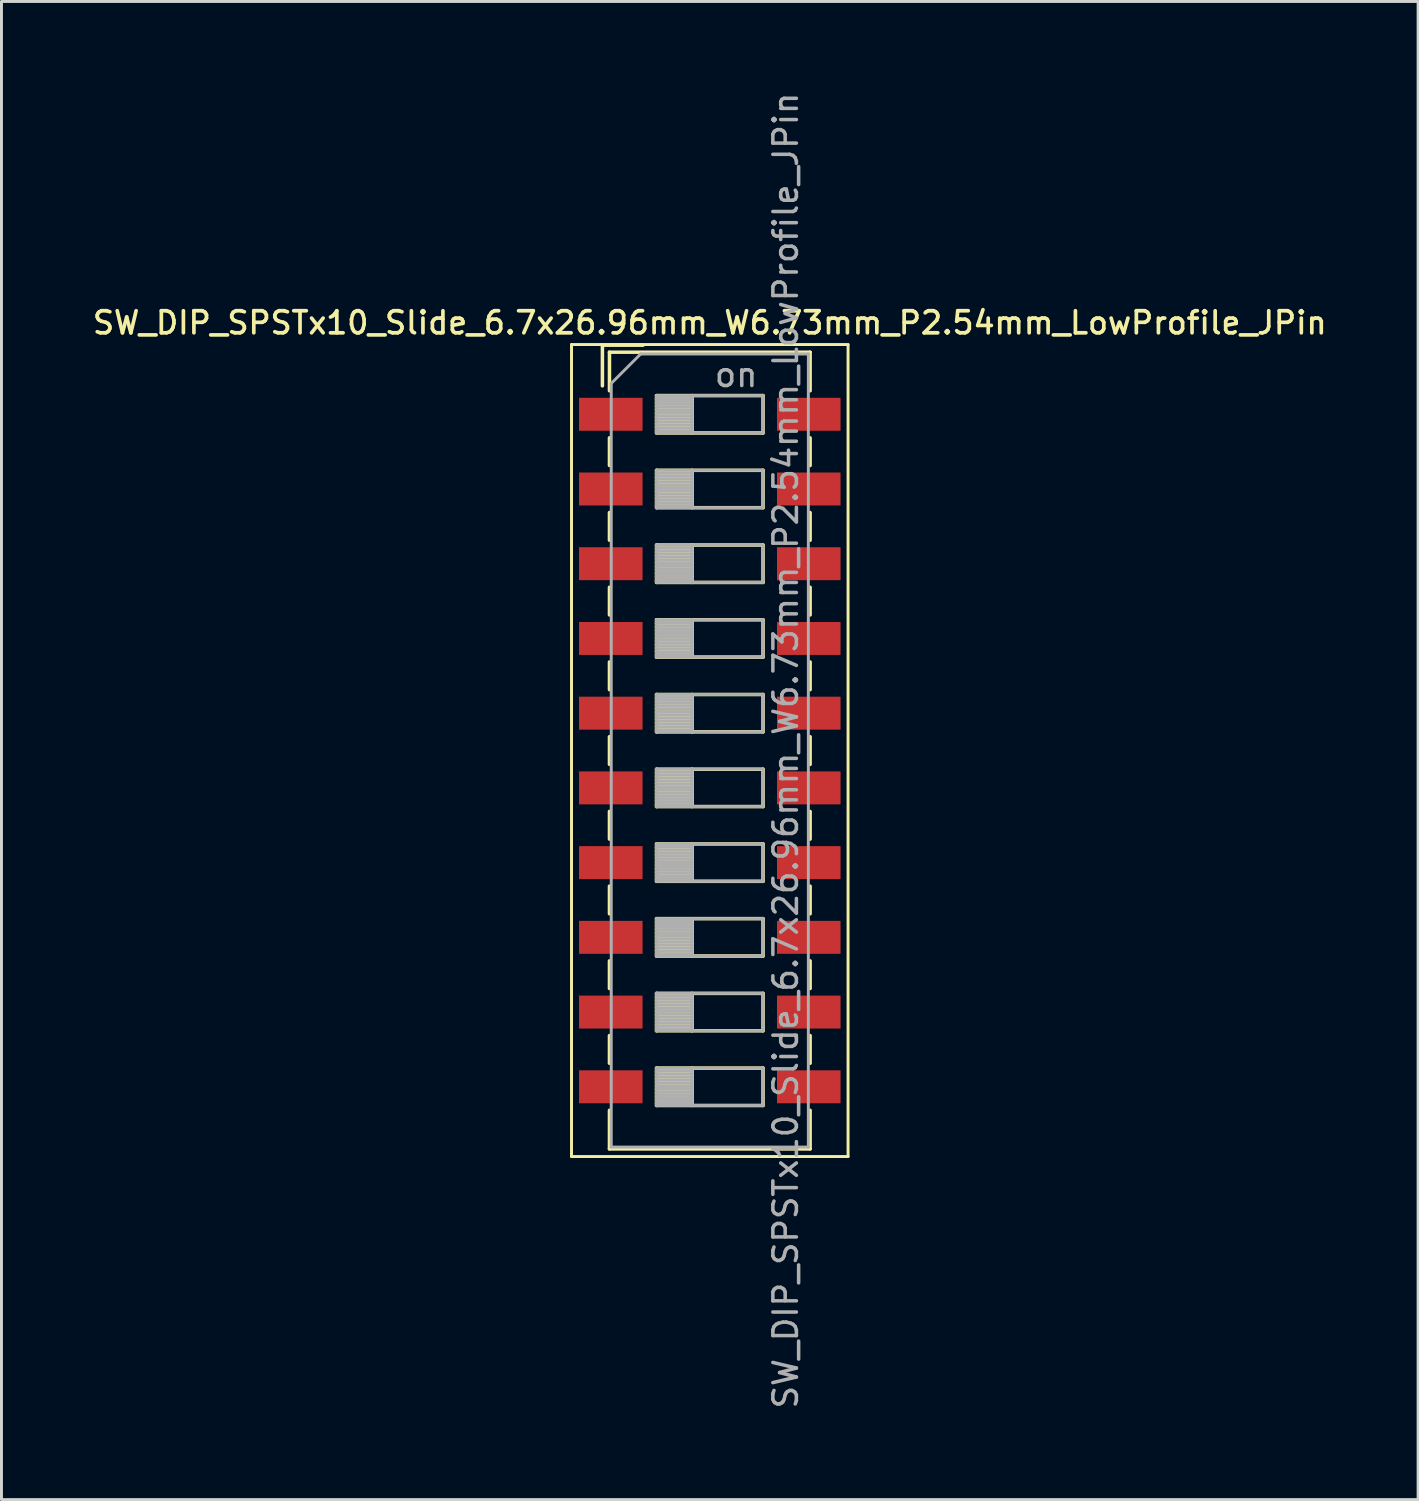
<source format=kicad_pcb>
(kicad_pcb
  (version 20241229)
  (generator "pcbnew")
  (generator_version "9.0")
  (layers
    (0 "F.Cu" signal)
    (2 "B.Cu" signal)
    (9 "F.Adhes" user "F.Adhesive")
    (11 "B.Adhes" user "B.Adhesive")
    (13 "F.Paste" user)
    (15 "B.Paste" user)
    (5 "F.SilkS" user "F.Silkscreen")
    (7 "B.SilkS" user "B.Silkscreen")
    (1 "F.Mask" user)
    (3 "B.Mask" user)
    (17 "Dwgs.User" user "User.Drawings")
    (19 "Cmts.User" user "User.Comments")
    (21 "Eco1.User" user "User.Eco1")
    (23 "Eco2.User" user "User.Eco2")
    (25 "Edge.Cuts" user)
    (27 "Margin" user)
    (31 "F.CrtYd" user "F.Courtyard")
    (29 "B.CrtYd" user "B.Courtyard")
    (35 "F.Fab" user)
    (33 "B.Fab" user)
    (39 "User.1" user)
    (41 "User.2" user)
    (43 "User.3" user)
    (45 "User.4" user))
  (footprint "SW_DIP_SPSTx10_Slide_6.7x26.96mm_W6.73mm_P2.54mm_LowProfile_JPin"
    (layer "F.Cu")
    (at 21.077 22.462)
    (property "Reference" "SW_DIP_SPSTx10_Slide_6.7x26.96mm_W6.73mm_P2.54mm_LowProfile_JPin" (at 0 -14.54 0) (layer "F.SilkS") (effects (font (size 0.75 0.75) (thickness 0.125))))
    (attr smd)
    (fp_line (start -4.7 -13.8) (end -4.7 13.8) (stroke (width 0.1) (type solid)) (layer "F.SilkS"))
    (fp_line (start -4.7 13.8) (end 4.7 13.8) (stroke (width 0.1) (type solid)) (layer "F.SilkS"))
    (fp_line (start -3.65 -13.78) (end -3.65 -12.397) (stroke (width 0.12) (type solid)) (layer "F.SilkS"))
    (fp_line (start -3.65 -13.78) (end -2.267 -13.78) (stroke (width 0.12) (type solid)) (layer "F.SilkS"))
    (fp_line (start -3.41 -13.54) (end -3.41 -12.23) (stroke (width 0.12) (type solid)) (layer "F.SilkS"))
    (fp_line (start -3.41 -13.54) (end 3.41 -13.54) (stroke (width 0.12) (type solid)) (layer "F.SilkS"))
    (fp_line (start -3.41 -10.63) (end -3.41 -9.69) (stroke (width 0.12) (type solid)) (layer "F.SilkS"))
    (fp_line (start -3.41 -8.09) (end -3.41 -7.15) (stroke (width 0.12) (type solid)) (layer "F.SilkS"))
    (fp_line (start -3.41 -5.55) (end -3.41 -4.61) (stroke (width 0.12) (type solid)) (layer "F.SilkS"))
    (fp_line (start -3.41 -3.01) (end -3.41 -2.07) (stroke (width 0.12) (type solid)) (layer "F.SilkS"))
    (fp_line (start -3.41 -0.47) (end -3.41 0.47) (stroke (width 0.12) (type solid)) (layer "F.SilkS"))
    (fp_line (start -3.41 2.07) (end -3.41 3.01) (stroke (width 0.12) (type solid)) (layer "F.SilkS"))
    (fp_line (start -3.41 4.61) (end -3.41 5.55) (stroke (width 0.12) (type solid)) (layer "F.SilkS"))
    (fp_line (start -3.41 7.15) (end -3.41 8.09) (stroke (width 0.12) (type solid)) (layer "F.SilkS"))
    (fp_line (start -3.41 9.69) (end -3.41 10.63) (stroke (width 0.12) (type solid)) (layer "F.SilkS"))
    (fp_line (start -3.41 12.23) (end -3.41 13.541) (stroke (width 0.12) (type solid)) (layer "F.SilkS"))
    (fp_line (start -3.41 13.541) (end 3.41 13.541) (stroke (width 0.12) (type solid)) (layer "F.SilkS"))
    (fp_line (start -1.81 -12.065) (end -1.81 -10.795) (stroke (width 0.12) (type solid)) (layer "F.SilkS"))
    (fp_line (start -1.81 -11.945) (end -0.603 -11.945) (stroke (width 0.12) (type solid)) (layer "F.SilkS"))
    (fp_line (start -1.81 -11.825) (end -0.603 -11.825) (stroke (width 0.12) (type solid)) (layer "F.SilkS"))
    (fp_line (start -1.81 -11.705) (end -0.603 -11.705) (stroke (width 0.12) (type solid)) (layer "F.SilkS"))
    (fp_line (start -1.81 -11.585) (end -0.603 -11.585) (stroke (width 0.12) (type solid)) (layer "F.SilkS"))
    (fp_line (start -1.81 -11.465) (end -0.603 -11.465) (stroke (width 0.12) (type solid)) (layer "F.SilkS"))
    (fp_line (start -1.81 -11.345) (end -0.603 -11.345) (stroke (width 0.12) (type solid)) (layer "F.SilkS"))
    (fp_line (start -1.81 -11.225) (end -0.603 -11.225) (stroke (width 0.12) (type solid)) (layer "F.SilkS"))
    (fp_line (start -1.81 -11.105) (end -0.603 -11.105) (stroke (width 0.12) (type solid)) (layer "F.SilkS"))
    (fp_line (start -1.81 -10.985) (end -0.603 -10.985) (stroke (width 0.12) (type solid)) (layer "F.SilkS"))
    (fp_line (start -1.81 -10.865) (end -0.603 -10.865) (stroke (width 0.12) (type solid)) (layer "F.SilkS"))
    (fp_line (start -1.81 -10.795) (end 1.81 -10.795) (stroke (width 0.12) (type solid)) (layer "F.SilkS"))
    (fp_line (start -1.81 -9.525) (end -1.81 -8.255) (stroke (width 0.12) (type solid)) (layer "F.SilkS"))
    (fp_line (start -1.81 -9.405) (end -0.603 -9.405) (stroke (width 0.12) (type solid)) (layer "F.SilkS"))
    (fp_line (start -1.81 -9.285) (end -0.603 -9.285) (stroke (width 0.12) (type solid)) (layer "F.SilkS"))
    (fp_line (start -1.81 -9.165) (end -0.603 -9.165) (stroke (width 0.12) (type solid)) (layer "F.SilkS"))
    (fp_line (start -1.81 -9.045) (end -0.603 -9.045) (stroke (width 0.12) (type solid)) (layer "F.SilkS"))
    (fp_line (start -1.81 -8.925) (end -0.603 -8.925) (stroke (width 0.12) (type solid)) (layer "F.SilkS"))
    (fp_line (start -1.81 -8.805) (end -0.603 -8.805) (stroke (width 0.12) (type solid)) (layer "F.SilkS"))
    (fp_line (start -1.81 -8.685) (end -0.603 -8.685) (stroke (width 0.12) (type solid)) (layer "F.SilkS"))
    (fp_line (start -1.81 -8.565) (end -0.603 -8.565) (stroke (width 0.12) (type solid)) (layer "F.SilkS"))
    (fp_line (start -1.81 -8.445) (end -0.603 -8.445) (stroke (width 0.12) (type solid)) (layer "F.SilkS"))
    (fp_line (start -1.81 -8.325) (end -0.603 -8.325) (stroke (width 0.12) (type solid)) (layer "F.SilkS"))
    (fp_line (start -1.81 -8.255) (end 1.81 -8.255) (stroke (width 0.12) (type solid)) (layer "F.SilkS"))
    (fp_line (start -1.81 -6.985) (end -1.81 -5.715) (stroke (width 0.12) (type solid)) (layer "F.SilkS"))
    (fp_line (start -1.81 -6.865) (end -0.603 -6.865) (stroke (width 0.12) (type solid)) (layer "F.SilkS"))
    (fp_line (start -1.81 -6.745) (end -0.603 -6.745) (stroke (width 0.12) (type solid)) (layer "F.SilkS"))
    (fp_line (start -1.81 -6.625) (end -0.603 -6.625) (stroke (width 0.12) (type solid)) (layer "F.SilkS"))
    (fp_line (start -1.81 -6.505) (end -0.603 -6.505) (stroke (width 0.12) (type solid)) (layer "F.SilkS"))
    (fp_line (start -1.81 -6.385) (end -0.603 -6.385) (stroke (width 0.12) (type solid)) (layer "F.SilkS"))
    (fp_line (start -1.81 -6.265) (end -0.603 -6.265) (stroke (width 0.12) (type solid)) (layer "F.SilkS"))
    (fp_line (start -1.81 -6.145) (end -0.603 -6.145) (stroke (width 0.12) (type solid)) (layer "F.SilkS"))
    (fp_line (start -1.81 -6.025) (end -0.603 -6.025) (stroke (width 0.12) (type solid)) (layer "F.SilkS"))
    (fp_line (start -1.81 -5.905) (end -0.603 -5.905) (stroke (width 0.12) (type solid)) (layer "F.SilkS"))
    (fp_line (start -1.81 -5.785) (end -0.603 -5.785) (stroke (width 0.12) (type solid)) (layer "F.SilkS"))
    (fp_line (start -1.81 -5.715) (end 1.81 -5.715) (stroke (width 0.12) (type solid)) (layer "F.SilkS"))
    (fp_line (start -1.81 -4.445) (end -1.81 -3.175) (stroke (width 0.12) (type solid)) (layer "F.SilkS"))
    (fp_line (start -1.81 -4.325) (end -0.603 -4.325) (stroke (width 0.12) (type solid)) (layer "F.SilkS"))
    (fp_line (start -1.81 -4.205) (end -0.603 -4.205) (stroke (width 0.12) (type solid)) (layer "F.SilkS"))
    (fp_line (start -1.81 -4.085) (end -0.603 -4.085) (stroke (width 0.12) (type solid)) (layer "F.SilkS"))
    (fp_line (start -1.81 -3.965) (end -0.603 -3.965) (stroke (width 0.12) (type solid)) (layer "F.SilkS"))
    (fp_line (start -1.81 -3.845) (end -0.603 -3.845) (stroke (width 0.12) (type solid)) (layer "F.SilkS"))
    (fp_line (start -1.81 -3.725) (end -0.603 -3.725) (stroke (width 0.12) (type solid)) (layer "F.SilkS"))
    (fp_line (start -1.81 -3.605) (end -0.603 -3.605) (stroke (width 0.12) (type solid)) (layer "F.SilkS"))
    (fp_line (start -1.81 -3.485) (end -0.603 -3.485) (stroke (width 0.12) (type solid)) (layer "F.SilkS"))
    (fp_line (start -1.81 -3.365) (end -0.603 -3.365) (stroke (width 0.12) (type solid)) (layer "F.SilkS"))
    (fp_line (start -1.81 -3.245) (end -0.603 -3.245) (stroke (width 0.12) (type solid)) (layer "F.SilkS"))
    (fp_line (start -1.81 -3.175) (end 1.81 -3.175) (stroke (width 0.12) (type solid)) (layer "F.SilkS"))
    (fp_line (start -1.81 -1.905) (end -1.81 -0.635) (stroke (width 0.12) (type solid)) (layer "F.SilkS"))
    (fp_line (start -1.81 -1.785) (end -0.603 -1.785) (stroke (width 0.12) (type solid)) (layer "F.SilkS"))
    (fp_line (start -1.81 -1.665) (end -0.603 -1.665) (stroke (width 0.12) (type solid)) (layer "F.SilkS"))
    (fp_line (start -1.81 -1.545) (end -0.603 -1.545) (stroke (width 0.12) (type solid)) (layer "F.SilkS"))
    (fp_line (start -1.81 -1.425) (end -0.603 -1.425) (stroke (width 0.12) (type solid)) (layer "F.SilkS"))
    (fp_line (start -1.81 -1.305) (end -0.603 -1.305) (stroke (width 0.12) (type solid)) (layer "F.SilkS"))
    (fp_line (start -1.81 -1.185) (end -0.603 -1.185) (stroke (width 0.12) (type solid)) (layer "F.SilkS"))
    (fp_line (start -1.81 -1.065) (end -0.603 -1.065) (stroke (width 0.12) (type solid)) (layer "F.SilkS"))
    (fp_line (start -1.81 -0.945) (end -0.603 -0.945) (stroke (width 0.12) (type solid)) (layer "F.SilkS"))
    (fp_line (start -1.81 -0.825) (end -0.603 -0.825) (stroke (width 0.12) (type solid)) (layer "F.SilkS"))
    (fp_line (start -1.81 -0.705) (end -0.603 -0.705) (stroke (width 0.12) (type solid)) (layer "F.SilkS"))
    (fp_line (start -1.81 -0.635) (end 1.81 -0.635) (stroke (width 0.12) (type solid)) (layer "F.SilkS"))
    (fp_line (start -1.81 0.635) (end -1.81 1.905) (stroke (width 0.12) (type solid)) (layer "F.SilkS"))
    (fp_line (start -1.81 0.755) (end -0.603 0.755) (stroke (width 0.12) (type solid)) (layer "F.SilkS"))
    (fp_line (start -1.81 0.875) (end -0.603 0.875) (stroke (width 0.12) (type solid)) (layer "F.SilkS"))
    (fp_line (start -1.81 0.995) (end -0.603 0.995) (stroke (width 0.12) (type solid)) (layer "F.SilkS"))
    (fp_line (start -1.81 1.115) (end -0.603 1.115) (stroke (width 0.12) (type solid)) (layer "F.SilkS"))
    (fp_line (start -1.81 1.235) (end -0.603 1.235) (stroke (width 0.12) (type solid)) (layer "F.SilkS"))
    (fp_line (start -1.81 1.355) (end -0.603 1.355) (stroke (width 0.12) (type solid)) (layer "F.SilkS"))
    (fp_line (start -1.81 1.475) (end -0.603 1.475) (stroke (width 0.12) (type solid)) (layer "F.SilkS"))
    (fp_line (start -1.81 1.595) (end -0.603 1.595) (stroke (width 0.12) (type solid)) (layer "F.SilkS"))
    (fp_line (start -1.81 1.715) (end -0.603 1.715) (stroke (width 0.12) (type solid)) (layer "F.SilkS"))
    (fp_line (start -1.81 1.835) (end -0.603 1.835) (stroke (width 0.12) (type solid)) (layer "F.SilkS"))
    (fp_line (start -1.81 1.905) (end 1.81 1.905) (stroke (width 0.12) (type solid)) (layer "F.SilkS"))
    (fp_line (start -1.81 3.175) (end -1.81 4.445) (stroke (width 0.12) (type solid)) (layer "F.SilkS"))
    (fp_line (start -1.81 3.295) (end -0.603 3.295) (stroke (width 0.12) (type solid)) (layer "F.SilkS"))
    (fp_line (start -1.81 3.415) (end -0.603 3.415) (stroke (width 0.12) (type solid)) (layer "F.SilkS"))
    (fp_line (start -1.81 3.535) (end -0.603 3.535) (stroke (width 0.12) (type solid)) (layer "F.SilkS"))
    (fp_line (start -1.81 3.655) (end -0.603 3.655) (stroke (width 0.12) (type solid)) (layer "F.SilkS"))
    (fp_line (start -1.81 3.775) (end -0.603 3.775) (stroke (width 0.12) (type solid)) (layer "F.SilkS"))
    (fp_line (start -1.81 3.895) (end -0.603 3.895) (stroke (width 0.12) (type solid)) (layer "F.SilkS"))
    (fp_line (start -1.81 4.015) (end -0.603 4.015) (stroke (width 0.12) (type solid)) (layer "F.SilkS"))
    (fp_line (start -1.81 4.135) (end -0.603 4.135) (stroke (width 0.12) (type solid)) (layer "F.SilkS"))
    (fp_line (start -1.81 4.255) (end -0.603 4.255) (stroke (width 0.12) (type solid)) (layer "F.SilkS"))
    (fp_line (start -1.81 4.375) (end -0.603 4.375) (stroke (width 0.12) (type solid)) (layer "F.SilkS"))
    (fp_line (start -1.81 4.445) (end 1.81 4.445) (stroke (width 0.12) (type solid)) (layer "F.SilkS"))
    (fp_line (start -1.81 5.715) (end -1.81 6.985) (stroke (width 0.12) (type solid)) (layer "F.SilkS"))
    (fp_line (start -1.81 5.835) (end -0.603 5.835) (stroke (width 0.12) (type solid)) (layer "F.SilkS"))
    (fp_line (start -1.81 5.955) (end -0.603 5.955) (stroke (width 0.12) (type solid)) (layer "F.SilkS"))
    (fp_line (start -1.81 6.075) (end -0.603 6.075) (stroke (width 0.12) (type solid)) (layer "F.SilkS"))
    (fp_line (start -1.81 6.195) (end -0.603 6.195) (stroke (width 0.12) (type solid)) (layer "F.SilkS"))
    (fp_line (start -1.81 6.315) (end -0.603 6.315) (stroke (width 0.12) (type solid)) (layer "F.SilkS"))
    (fp_line (start -1.81 6.435) (end -0.603 6.435) (stroke (width 0.12) (type solid)) (layer "F.SilkS"))
    (fp_line (start -1.81 6.555) (end -0.603 6.555) (stroke (width 0.12) (type solid)) (layer "F.SilkS"))
    (fp_line (start -1.81 6.675) (end -0.603 6.675) (stroke (width 0.12) (type solid)) (layer "F.SilkS"))
    (fp_line (start -1.81 6.795) (end -0.603 6.795) (stroke (width 0.12) (type solid)) (layer "F.SilkS"))
    (fp_line (start -1.81 6.915) (end -0.603 6.915) (stroke (width 0.12) (type solid)) (layer "F.SilkS"))
    (fp_line (start -1.81 6.985) (end 1.81 6.985) (stroke (width 0.12) (type solid)) (layer "F.SilkS"))
    (fp_line (start -1.81 8.255) (end -1.81 9.525) (stroke (width 0.12) (type solid)) (layer "F.SilkS"))
    (fp_line (start -1.81 8.375) (end -0.603 8.375) (stroke (width 0.12) (type solid)) (layer "F.SilkS"))
    (fp_line (start -1.81 8.495) (end -0.603 8.495) (stroke (width 0.12) (type solid)) (layer "F.SilkS"))
    (fp_line (start -1.81 8.615) (end -0.603 8.615) (stroke (width 0.12) (type solid)) (layer "F.SilkS"))
    (fp_line (start -1.81 8.735) (end -0.603 8.735) (stroke (width 0.12) (type solid)) (layer "F.SilkS"))
    (fp_line (start -1.81 8.855) (end -0.603 8.855) (stroke (width 0.12) (type solid)) (layer "F.SilkS"))
    (fp_line (start -1.81 8.975) (end -0.603 8.975) (stroke (width 0.12) (type solid)) (layer "F.SilkS"))
    (fp_line (start -1.81 9.095) (end -0.603 9.095) (stroke (width 0.12) (type solid)) (layer "F.SilkS"))
    (fp_line (start -1.81 9.215) (end -0.603 9.215) (stroke (width 0.12) (type solid)) (layer "F.SilkS"))
    (fp_line (start -1.81 9.335) (end -0.603 9.335) (stroke (width 0.12) (type solid)) (layer "F.SilkS"))
    (fp_line (start -1.81 9.455) (end -0.603 9.455) (stroke (width 0.12) (type solid)) (layer "F.SilkS"))
    (fp_line (start -1.81 9.525) (end 1.81 9.525) (stroke (width 0.12) (type solid)) (layer "F.SilkS"))
    (fp_line (start -1.81 10.795) (end -1.81 12.065) (stroke (width 0.12) (type solid)) (layer "F.SilkS"))
    (fp_line (start -1.81 10.915) (end -0.603 10.915) (stroke (width 0.12) (type solid)) (layer "F.SilkS"))
    (fp_line (start -1.81 11.035) (end -0.603 11.035) (stroke (width 0.12) (type solid)) (layer "F.SilkS"))
    (fp_line (start -1.81 11.155) (end -0.603 11.155) (stroke (width 0.12) (type solid)) (layer "F.SilkS"))
    (fp_line (start -1.81 11.275) (end -0.603 11.275) (stroke (width 0.12) (type solid)) (layer "F.SilkS"))
    (fp_line (start -1.81 11.395) (end -0.603 11.395) (stroke (width 0.12) (type solid)) (layer "F.SilkS"))
    (fp_line (start -1.81 11.515) (end -0.603 11.515) (stroke (width 0.12) (type solid)) (layer "F.SilkS"))
    (fp_line (start -1.81 11.635) (end -0.603 11.635) (stroke (width 0.12) (type solid)) (layer "F.SilkS"))
    (fp_line (start -1.81 11.755) (end -0.603 11.755) (stroke (width 0.12) (type solid)) (layer "F.SilkS"))
    (fp_line (start -1.81 11.875) (end -0.603 11.875) (stroke (width 0.12) (type solid)) (layer "F.SilkS"))
    (fp_line (start -1.81 11.995) (end -0.603 11.995) (stroke (width 0.12) (type solid)) (layer "F.SilkS"))
    (fp_line (start -1.81 12.065) (end 1.81 12.065) (stroke (width 0.12) (type solid)) (layer "F.SilkS"))
    (fp_line (start -0.603 -12.065) (end -0.603 -10.795) (stroke (width 0.12) (type solid)) (layer "F.SilkS"))
    (fp_line (start -0.603 -9.525) (end -0.603 -8.255) (stroke (width 0.12) (type solid)) (layer "F.SilkS"))
    (fp_line (start -0.603 -6.985) (end -0.603 -5.715) (stroke (width 0.12) (type solid)) (layer "F.SilkS"))
    (fp_line (start -0.603 -4.445) (end -0.603 -3.175) (stroke (width 0.12) (type solid)) (layer "F.SilkS"))
    (fp_line (start -0.603 -1.905) (end -0.603 -0.635) (stroke (width 0.12) (type solid)) (layer "F.SilkS"))
    (fp_line (start -0.603 0.635) (end -0.603 1.905) (stroke (width 0.12) (type solid)) (layer "F.SilkS"))
    (fp_line (start -0.603 3.175) (end -0.603 4.445) (stroke (width 0.12) (type solid)) (layer "F.SilkS"))
    (fp_line (start -0.603 5.715) (end -0.603 6.985) (stroke (width 0.12) (type solid)) (layer "F.SilkS"))
    (fp_line (start -0.603 8.255) (end -0.603 9.525) (stroke (width 0.12) (type solid)) (layer "F.SilkS"))
    (fp_line (start -0.603 10.795) (end -0.603 12.065) (stroke (width 0.12) (type solid)) (layer "F.SilkS"))
    (fp_line (start 1.81 -12.065) (end -1.81 -12.065) (stroke (width 0.12) (type solid)) (layer "F.SilkS"))
    (fp_line (start 1.81 -10.795) (end 1.81 -12.065) (stroke (width 0.12) (type solid)) (layer "F.SilkS"))
    (fp_line (start 1.81 -9.525) (end -1.81 -9.525) (stroke (width 0.12) (type solid)) (layer "F.SilkS"))
    (fp_line (start 1.81 -8.255) (end 1.81 -9.525) (stroke (width 0.12) (type solid)) (layer "F.SilkS"))
    (fp_line (start 1.81 -6.985) (end -1.81 -6.985) (stroke (width 0.12) (type solid)) (layer "F.SilkS"))
    (fp_line (start 1.81 -5.715) (end 1.81 -6.985) (stroke (width 0.12) (type solid)) (layer "F.SilkS"))
    (fp_line (start 1.81 -4.445) (end -1.81 -4.445) (stroke (width 0.12) (type solid)) (layer "F.SilkS"))
    (fp_line (start 1.81 -3.175) (end 1.81 -4.445) (stroke (width 0.12) (type solid)) (layer "F.SilkS"))
    (fp_line (start 1.81 -1.905) (end -1.81 -1.905) (stroke (width 0.12) (type solid)) (layer "F.SilkS"))
    (fp_line (start 1.81 -0.635) (end 1.81 -1.905) (stroke (width 0.12) (type solid)) (layer "F.SilkS"))
    (fp_line (start 1.81 0.635) (end -1.81 0.635) (stroke (width 0.12) (type solid)) (layer "F.SilkS"))
    (fp_line (start 1.81 1.905) (end 1.81 0.635) (stroke (width 0.12) (type solid)) (layer "F.SilkS"))
    (fp_line (start 1.81 3.175) (end -1.81 3.175) (stroke (width 0.12) (type solid)) (layer "F.SilkS"))
    (fp_line (start 1.81 4.445) (end 1.81 3.175) (stroke (width 0.12) (type solid)) (layer "F.SilkS"))
    (fp_line (start 1.81 5.715) (end -1.81 5.715) (stroke (width 0.12) (type solid)) (layer "F.SilkS"))
    (fp_line (start 1.81 6.985) (end 1.81 5.715) (stroke (width 0.12) (type solid)) (layer "F.SilkS"))
    (fp_line (start 1.81 8.255) (end -1.81 8.255) (stroke (width 0.12) (type solid)) (layer "F.SilkS"))
    (fp_line (start 1.81 9.525) (end 1.81 8.255) (stroke (width 0.12) (type solid)) (layer "F.SilkS"))
    (fp_line (start 1.81 10.795) (end -1.81 10.795) (stroke (width 0.12) (type solid)) (layer "F.SilkS"))
    (fp_line (start 1.81 12.065) (end 1.81 10.795) (stroke (width 0.12) (type solid)) (layer "F.SilkS"))
    (fp_line (start 3.41 -13.54) (end 3.41 -12.23) (stroke (width 0.12) (type solid)) (layer "F.SilkS"))
    (fp_line (start 3.41 -10.629) (end 3.41 -9.689) (stroke (width 0.12) (type solid)) (layer "F.SilkS"))
    (fp_line (start 3.41 -8.089) (end 3.41 -7.149) (stroke (width 0.12) (type solid)) (layer "F.SilkS"))
    (fp_line (start 3.41 -5.549) (end 3.41 -4.609) (stroke (width 0.12) (type solid)) (layer "F.SilkS"))
    (fp_line (start 3.41 -3.009) (end 3.41 -2.069) (stroke (width 0.12) (type solid)) (layer "F.SilkS"))
    (fp_line (start 3.41 -0.469) (end 3.41 0.471) (stroke (width 0.12) (type solid)) (layer "F.SilkS"))
    (fp_line (start 3.41 2.071) (end 3.41 3.011) (stroke (width 0.12) (type solid)) (layer "F.SilkS"))
    (fp_line (start 3.41 4.611) (end 3.41 5.55) (stroke (width 0.12) (type solid)) (layer "F.SilkS"))
    (fp_line (start 3.41 7.15) (end 3.41 8.09) (stroke (width 0.12) (type solid)) (layer "F.SilkS"))
    (fp_line (start 3.41 9.69) (end 3.41 10.63) (stroke (width 0.12) (type solid)) (layer "F.SilkS"))
    (fp_line (start 3.41 12.23) (end 3.41 13.541) (stroke (width 0.12) (type solid)) (layer "F.SilkS"))
    (fp_line (start 4.7 -13.8) (end -4.7 -13.8) (stroke (width 0.1) (type solid)) (layer "F.SilkS"))
    (fp_line (start 4.7 13.8) (end 4.7 -13.8) (stroke (width 0.1) (type solid)) (layer "F.SilkS"))
    (fp_line (start -3.35 -12.48) (end -2.35 -13.48) (stroke (width 0.1) (type solid)) (layer "F.Fab"))
    (fp_line (start -3.35 13.48) (end -3.35 -12.48) (stroke (width 0.1) (type solid)) (layer "F.Fab"))
    (fp_line (start -2.35 -13.48) (end 3.35 -13.48) (stroke (width 0.1) (type solid)) (layer "F.Fab"))
    (fp_line (start -1.81 -12.065) (end -1.81 -10.795) (stroke (width 0.1) (type solid)) (layer "F.Fab"))
    (fp_line (start -1.81 -11.965) (end -0.603 -11.965) (stroke (width 0.1) (type solid)) (layer "F.Fab"))
    (fp_line (start -1.81 -11.865) (end -0.603 -11.865) (stroke (width 0.1) (type solid)) (layer "F.Fab"))
    (fp_line (start -1.81 -11.765) (end -0.603 -11.765) (stroke (width 0.1) (type solid)) (layer "F.Fab"))
    (fp_line (start -1.81 -11.665) (end -0.603 -11.665) (stroke (width 0.1) (type solid)) (layer "F.Fab"))
    (fp_line (start -1.81 -11.565) (end -0.603 -11.565) (stroke (width 0.1) (type solid)) (layer "F.Fab"))
    (fp_line (start -1.81 -11.465) (end -0.603 -11.465) (stroke (width 0.1) (type solid)) (layer "F.Fab"))
    (fp_line (start -1.81 -11.365) (end -0.603 -11.365) (stroke (width 0.1) (type solid)) (layer "F.Fab"))
    (fp_line (start -1.81 -11.265) (end -0.603 -11.265) (stroke (width 0.1) (type solid)) (layer "F.Fab"))
    (fp_line (start -1.81 -11.165) (end -0.603 -11.165) (stroke (width 0.1) (type solid)) (layer "F.Fab"))
    (fp_line (start -1.81 -11.065) (end -0.603 -11.065) (stroke (width 0.1) (type solid)) (layer "F.Fab"))
    (fp_line (start -1.81 -10.965) (end -0.603 -10.965) (stroke (width 0.1) (type solid)) (layer "F.Fab"))
    (fp_line (start -1.81 -10.865) (end -0.603 -10.865) (stroke (width 0.1) (type solid)) (layer "F.Fab"))
    (fp_line (start -1.81 -10.795) (end 1.81 -10.795) (stroke (width 0.1) (type solid)) (layer "F.Fab"))
    (fp_line (start -1.81 -9.525) (end -1.81 -8.255) (stroke (width 0.1) (type solid)) (layer "F.Fab"))
    (fp_line (start -1.81 -9.425) (end -0.603 -9.425) (stroke (width 0.1) (type solid)) (layer "F.Fab"))
    (fp_line (start -1.81 -9.325) (end -0.603 -9.325) (stroke (width 0.1) (type solid)) (layer "F.Fab"))
    (fp_line (start -1.81 -9.225) (end -0.603 -9.225) (stroke (width 0.1) (type solid)) (layer "F.Fab"))
    (fp_line (start -1.81 -9.125) (end -0.603 -9.125) (stroke (width 0.1) (type solid)) (layer "F.Fab"))
    (fp_line (start -1.81 -9.025) (end -0.603 -9.025) (stroke (width 0.1) (type solid)) (layer "F.Fab"))
    (fp_line (start -1.81 -8.925) (end -0.603 -8.925) (stroke (width 0.1) (type solid)) (layer "F.Fab"))
    (fp_line (start -1.81 -8.825) (end -0.603 -8.825) (stroke (width 0.1) (type solid)) (layer "F.Fab"))
    (fp_line (start -1.81 -8.725) (end -0.603 -8.725) (stroke (width 0.1) (type solid)) (layer "F.Fab"))
    (fp_line (start -1.81 -8.625) (end -0.603 -8.625) (stroke (width 0.1) (type solid)) (layer "F.Fab"))
    (fp_line (start -1.81 -8.525) (end -0.603 -8.525) (stroke (width 0.1) (type solid)) (layer "F.Fab"))
    (fp_line (start -1.81 -8.425) (end -0.603 -8.425) (stroke (width 0.1) (type solid)) (layer "F.Fab"))
    (fp_line (start -1.81 -8.325) (end -0.603 -8.325) (stroke (width 0.1) (type solid)) (layer "F.Fab"))
    (fp_line (start -1.81 -8.255) (end 1.81 -8.255) (stroke (width 0.1) (type solid)) (layer "F.Fab"))
    (fp_line (start -1.81 -6.985) (end -1.81 -5.715) (stroke (width 0.1) (type solid)) (layer "F.Fab"))
    (fp_line (start -1.81 -6.885) (end -0.603 -6.885) (stroke (width 0.1) (type solid)) (layer "F.Fab"))
    (fp_line (start -1.81 -6.785) (end -0.603 -6.785) (stroke (width 0.1) (type solid)) (layer "F.Fab"))
    (fp_line (start -1.81 -6.685) (end -0.603 -6.685) (stroke (width 0.1) (type solid)) (layer "F.Fab"))
    (fp_line (start -1.81 -6.585) (end -0.603 -6.585) (stroke (width 0.1) (type solid)) (layer "F.Fab"))
    (fp_line (start -1.81 -6.485) (end -0.603 -6.485) (stroke (width 0.1) (type solid)) (layer "F.Fab"))
    (fp_line (start -1.81 -6.385) (end -0.603 -6.385) (stroke (width 0.1) (type solid)) (layer "F.Fab"))
    (fp_line (start -1.81 -6.285) (end -0.603 -6.285) (stroke (width 0.1) (type solid)) (layer "F.Fab"))
    (fp_line (start -1.81 -6.185) (end -0.603 -6.185) (stroke (width 0.1) (type solid)) (layer "F.Fab"))
    (fp_line (start -1.81 -6.085) (end -0.603 -6.085) (stroke (width 0.1) (type solid)) (layer "F.Fab"))
    (fp_line (start -1.81 -5.985) (end -0.603 -5.985) (stroke (width 0.1) (type solid)) (layer "F.Fab"))
    (fp_line (start -1.81 -5.885) (end -0.603 -5.885) (stroke (width 0.1) (type solid)) (layer "F.Fab"))
    (fp_line (start -1.81 -5.785) (end -0.603 -5.785) (stroke (width 0.1) (type solid)) (layer "F.Fab"))
    (fp_line (start -1.81 -5.715) (end 1.81 -5.715) (stroke (width 0.1) (type solid)) (layer "F.Fab"))
    (fp_line (start -1.81 -4.445) (end -1.81 -3.175) (stroke (width 0.1) (type solid)) (layer "F.Fab"))
    (fp_line (start -1.81 -4.345) (end -0.603 -4.345) (stroke (width 0.1) (type solid)) (layer "F.Fab"))
    (fp_line (start -1.81 -4.245) (end -0.603 -4.245) (stroke (width 0.1) (type solid)) (layer "F.Fab"))
    (fp_line (start -1.81 -4.145) (end -0.603 -4.145) (stroke (width 0.1) (type solid)) (layer "F.Fab"))
    (fp_line (start -1.81 -4.045) (end -0.603 -4.045) (stroke (width 0.1) (type solid)) (layer "F.Fab"))
    (fp_line (start -1.81 -3.945) (end -0.603 -3.945) (stroke (width 0.1) (type solid)) (layer "F.Fab"))
    (fp_line (start -1.81 -3.845) (end -0.603 -3.845) (stroke (width 0.1) (type solid)) (layer "F.Fab"))
    (fp_line (start -1.81 -3.745) (end -0.603 -3.745) (stroke (width 0.1) (type solid)) (layer "F.Fab"))
    (fp_line (start -1.81 -3.645) (end -0.603 -3.645) (stroke (width 0.1) (type solid)) (layer "F.Fab"))
    (fp_line (start -1.81 -3.545) (end -0.603 -3.545) (stroke (width 0.1) (type solid)) (layer "F.Fab"))
    (fp_line (start -1.81 -3.445) (end -0.603 -3.445) (stroke (width 0.1) (type solid)) (layer "F.Fab"))
    (fp_line (start -1.81 -3.345) (end -0.603 -3.345) (stroke (width 0.1) (type solid)) (layer "F.Fab"))
    (fp_line (start -1.81 -3.245) (end -0.603 -3.245) (stroke (width 0.1) (type solid)) (layer "F.Fab"))
    (fp_line (start -1.81 -3.175) (end 1.81 -3.175) (stroke (width 0.1) (type solid)) (layer "F.Fab"))
    (fp_line (start -1.81 -1.905) (end -1.81 -0.635) (stroke (width 0.1) (type solid)) (layer "F.Fab"))
    (fp_line (start -1.81 -1.805) (end -0.603 -1.805) (stroke (width 0.1) (type solid)) (layer "F.Fab"))
    (fp_line (start -1.81 -1.705) (end -0.603 -1.705) (stroke (width 0.1) (type solid)) (layer "F.Fab"))
    (fp_line (start -1.81 -1.605) (end -0.603 -1.605) (stroke (width 0.1) (type solid)) (layer "F.Fab"))
    (fp_line (start -1.81 -1.505) (end -0.603 -1.505) (stroke (width 0.1) (type solid)) (layer "F.Fab"))
    (fp_line (start -1.81 -1.405) (end -0.603 -1.405) (stroke (width 0.1) (type solid)) (layer "F.Fab"))
    (fp_line (start -1.81 -1.305) (end -0.603 -1.305) (stroke (width 0.1) (type solid)) (layer "F.Fab"))
    (fp_line (start -1.81 -1.205) (end -0.603 -1.205) (stroke (width 0.1) (type solid)) (layer "F.Fab"))
    (fp_line (start -1.81 -1.105) (end -0.603 -1.105) (stroke (width 0.1) (type solid)) (layer "F.Fab"))
    (fp_line (start -1.81 -1.005) (end -0.603 -1.005) (stroke (width 0.1) (type solid)) (layer "F.Fab"))
    (fp_line (start -1.81 -0.905) (end -0.603 -0.905) (stroke (width 0.1) (type solid)) (layer "F.Fab"))
    (fp_line (start -1.81 -0.805) (end -0.603 -0.805) (stroke (width 0.1) (type solid)) (layer "F.Fab"))
    (fp_line (start -1.81 -0.705) (end -0.603 -0.705) (stroke (width 0.1) (type solid)) (layer "F.Fab"))
    (fp_line (start -1.81 -0.635) (end 1.81 -0.635) (stroke (width 0.1) (type solid)) (layer "F.Fab"))
    (fp_line (start -1.81 0.635) (end -1.81 1.905) (stroke (width 0.1) (type solid)) (layer "F.Fab"))
    (fp_line (start -1.81 0.735) (end -0.603 0.735) (stroke (width 0.1) (type solid)) (layer "F.Fab"))
    (fp_line (start -1.81 0.835) (end -0.603 0.835) (stroke (width 0.1) (type solid)) (layer "F.Fab"))
    (fp_line (start -1.81 0.935) (end -0.603 0.935) (stroke (width 0.1) (type solid)) (layer "F.Fab"))
    (fp_line (start -1.81 1.035) (end -0.603 1.035) (stroke (width 0.1) (type solid)) (layer "F.Fab"))
    (fp_line (start -1.81 1.135) (end -0.603 1.135) (stroke (width 0.1) (type solid)) (layer "F.Fab"))
    (fp_line (start -1.81 1.235) (end -0.603 1.235) (stroke (width 0.1) (type solid)) (layer "F.Fab"))
    (fp_line (start -1.81 1.335) (end -0.603 1.335) (stroke (width 0.1) (type solid)) (layer "F.Fab"))
    (fp_line (start -1.81 1.435) (end -0.603 1.435) (stroke (width 0.1) (type solid)) (layer "F.Fab"))
    (fp_line (start -1.81 1.535) (end -0.603 1.535) (stroke (width 0.1) (type solid)) (layer "F.Fab"))
    (fp_line (start -1.81 1.635) (end -0.603 1.635) (stroke (width 0.1) (type solid)) (layer "F.Fab"))
    (fp_line (start -1.81 1.735) (end -0.603 1.735) (stroke (width 0.1) (type solid)) (layer "F.Fab"))
    (fp_line (start -1.81 1.835) (end -0.603 1.835) (stroke (width 0.1) (type solid)) (layer "F.Fab"))
    (fp_line (start -1.81 1.905) (end 1.81 1.905) (stroke (width 0.1) (type solid)) (layer "F.Fab"))
    (fp_line (start -1.81 3.175) (end -1.81 4.445) (stroke (width 0.1) (type solid)) (layer "F.Fab"))
    (fp_line (start -1.81 3.275) (end -0.603 3.275) (stroke (width 0.1) (type solid)) (layer "F.Fab"))
    (fp_line (start -1.81 3.375) (end -0.603 3.375) (stroke (width 0.1) (type solid)) (layer "F.Fab"))
    (fp_line (start -1.81 3.475) (end -0.603 3.475) (stroke (width 0.1) (type solid)) (layer "F.Fab"))
    (fp_line (start -1.81 3.575) (end -0.603 3.575) (stroke (width 0.1) (type solid)) (layer "F.Fab"))
    (fp_line (start -1.81 3.675) (end -0.603 3.675) (stroke (width 0.1) (type solid)) (layer "F.Fab"))
    (fp_line (start -1.81 3.775) (end -0.603 3.775) (stroke (width 0.1) (type solid)) (layer "F.Fab"))
    (fp_line (start -1.81 3.875) (end -0.603 3.875) (stroke (width 0.1) (type solid)) (layer "F.Fab"))
    (fp_line (start -1.81 3.975) (end -0.603 3.975) (stroke (width 0.1) (type solid)) (layer "F.Fab"))
    (fp_line (start -1.81 4.075) (end -0.603 4.075) (stroke (width 0.1) (type solid)) (layer "F.Fab"))
    (fp_line (start -1.81 4.175) (end -0.603 4.175) (stroke (width 0.1) (type solid)) (layer "F.Fab"))
    (fp_line (start -1.81 4.275) (end -0.603 4.275) (stroke (width 0.1) (type solid)) (layer "F.Fab"))
    (fp_line (start -1.81 4.375) (end -0.603 4.375) (stroke (width 0.1) (type solid)) (layer "F.Fab"))
    (fp_line (start -1.81 4.445) (end 1.81 4.445) (stroke (width 0.1) (type solid)) (layer "F.Fab"))
    (fp_line (start -1.81 5.715) (end -1.81 6.985) (stroke (width 0.1) (type solid)) (layer "F.Fab"))
    (fp_line (start -1.81 5.815) (end -0.603 5.815) (stroke (width 0.1) (type solid)) (layer "F.Fab"))
    (fp_line (start -1.81 5.915) (end -0.603 5.915) (stroke (width 0.1) (type solid)) (layer "F.Fab"))
    (fp_line (start -1.81 6.015) (end -0.603 6.015) (stroke (width 0.1) (type solid)) (layer "F.Fab"))
    (fp_line (start -1.81 6.115) (end -0.603 6.115) (stroke (width 0.1) (type solid)) (layer "F.Fab"))
    (fp_line (start -1.81 6.215) (end -0.603 6.215) (stroke (width 0.1) (type solid)) (layer "F.Fab"))
    (fp_line (start -1.81 6.315) (end -0.603 6.315) (stroke (width 0.1) (type solid)) (layer "F.Fab"))
    (fp_line (start -1.81 6.415) (end -0.603 6.415) (stroke (width 0.1) (type solid)) (layer "F.Fab"))
    (fp_line (start -1.81 6.515) (end -0.603 6.515) (stroke (width 0.1) (type solid)) (layer "F.Fab"))
    (fp_line (start -1.81 6.615) (end -0.603 6.615) (stroke (width 0.1) (type solid)) (layer "F.Fab"))
    (fp_line (start -1.81 6.715) (end -0.603 6.715) (stroke (width 0.1) (type solid)) (layer "F.Fab"))
    (fp_line (start -1.81 6.815) (end -0.603 6.815) (stroke (width 0.1) (type solid)) (layer "F.Fab"))
    (fp_line (start -1.81 6.915) (end -0.603 6.915) (stroke (width 0.1) (type solid)) (layer "F.Fab"))
    (fp_line (start -1.81 6.985) (end 1.81 6.985) (stroke (width 0.1) (type solid)) (layer "F.Fab"))
    (fp_line (start -1.81 8.255) (end -1.81 9.525) (stroke (width 0.1) (type solid)) (layer "F.Fab"))
    (fp_line (start -1.81 8.355) (end -0.603 8.355) (stroke (width 0.1) (type solid)) (layer "F.Fab"))
    (fp_line (start -1.81 8.455) (end -0.603 8.455) (stroke (width 0.1) (type solid)) (layer "F.Fab"))
    (fp_line (start -1.81 8.555) (end -0.603 8.555) (stroke (width 0.1) (type solid)) (layer "F.Fab"))
    (fp_line (start -1.81 8.655) (end -0.603 8.655) (stroke (width 0.1) (type solid)) (layer "F.Fab"))
    (fp_line (start -1.81 8.755) (end -0.603 8.755) (stroke (width 0.1) (type solid)) (layer "F.Fab"))
    (fp_line (start -1.81 8.855) (end -0.603 8.855) (stroke (width 0.1) (type solid)) (layer "F.Fab"))
    (fp_line (start -1.81 8.955) (end -0.603 8.955) (stroke (width 0.1) (type solid)) (layer "F.Fab"))
    (fp_line (start -1.81 9.055) (end -0.603 9.055) (stroke (width 0.1) (type solid)) (layer "F.Fab"))
    (fp_line (start -1.81 9.155) (end -0.603 9.155) (stroke (width 0.1) (type solid)) (layer "F.Fab"))
    (fp_line (start -1.81 9.255) (end -0.603 9.255) (stroke (width 0.1) (type solid)) (layer "F.Fab"))
    (fp_line (start -1.81 9.355) (end -0.603 9.355) (stroke (width 0.1) (type solid)) (layer "F.Fab"))
    (fp_line (start -1.81 9.455) (end -0.603 9.455) (stroke (width 0.1) (type solid)) (layer "F.Fab"))
    (fp_line (start -1.81 9.525) (end 1.81 9.525) (stroke (width 0.1) (type solid)) (layer "F.Fab"))
    (fp_line (start -1.81 10.795) (end -1.81 12.065) (stroke (width 0.1) (type solid)) (layer "F.Fab"))
    (fp_line (start -1.81 10.895) (end -0.603 10.895) (stroke (width 0.1) (type solid)) (layer "F.Fab"))
    (fp_line (start -1.81 10.995) (end -0.603 10.995) (stroke (width 0.1) (type solid)) (layer "F.Fab"))
    (fp_line (start -1.81 11.095) (end -0.603 11.095) (stroke (width 0.1) (type solid)) (layer "F.Fab"))
    (fp_line (start -1.81 11.195) (end -0.603 11.195) (stroke (width 0.1) (type solid)) (layer "F.Fab"))
    (fp_line (start -1.81 11.295) (end -0.603 11.295) (stroke (width 0.1) (type solid)) (layer "F.Fab"))
    (fp_line (start -1.81 11.395) (end -0.603 11.395) (stroke (width 0.1) (type solid)) (layer "F.Fab"))
    (fp_line (start -1.81 11.495) (end -0.603 11.495) (stroke (width 0.1) (type solid)) (layer "F.Fab"))
    (fp_line (start -1.81 11.595) (end -0.603 11.595) (stroke (width 0.1) (type solid)) (layer "F.Fab"))
    (fp_line (start -1.81 11.695) (end -0.603 11.695) (stroke (width 0.1) (type solid)) (layer "F.Fab"))
    (fp_line (start -1.81 11.795) (end -0.603 11.795) (stroke (width 0.1) (type solid)) (layer "F.Fab"))
    (fp_line (start -1.81 11.895) (end -0.603 11.895) (stroke (width 0.1) (type solid)) (layer "F.Fab"))
    (fp_line (start -1.81 11.995) (end -0.603 11.995) (stroke (width 0.1) (type solid)) (layer "F.Fab"))
    (fp_line (start -1.81 12.065) (end 1.81 12.065) (stroke (width 0.1) (type solid)) (layer "F.Fab"))
    (fp_line (start -0.603 -12.065) (end -0.603 -10.795) (stroke (width 0.1) (type solid)) (layer "F.Fab"))
    (fp_line (start -0.603 -9.525) (end -0.603 -8.255) (stroke (width 0.1) (type solid)) (layer "F.Fab"))
    (fp_line (start -0.603 -6.985) (end -0.603 -5.715) (stroke (width 0.1) (type solid)) (layer "F.Fab"))
    (fp_line (start -0.603 -4.445) (end -0.603 -3.175) (stroke (width 0.1) (type solid)) (layer "F.Fab"))
    (fp_line (start -0.603 -1.905) (end -0.603 -0.635) (stroke (width 0.1) (type solid)) (layer "F.Fab"))
    (fp_line (start -0.603 0.635) (end -0.603 1.905) (stroke (width 0.1) (type solid)) (layer "F.Fab"))
    (fp_line (start -0.603 3.175) (end -0.603 4.445) (stroke (width 0.1) (type solid)) (layer "F.Fab"))
    (fp_line (start -0.603 5.715) (end -0.603 6.985) (stroke (width 0.1) (type solid)) (layer "F.Fab"))
    (fp_line (start -0.603 8.255) (end -0.603 9.525) (stroke (width 0.1) (type solid)) (layer "F.Fab"))
    (fp_line (start -0.603 10.795) (end -0.603 12.065) (stroke (width 0.1) (type solid)) (layer "F.Fab"))
    (fp_line (start 1.81 -12.065) (end -1.81 -12.065) (stroke (width 0.1) (type solid)) (layer "F.Fab"))
    (fp_line (start 1.81 -10.795) (end 1.81 -12.065) (stroke (width 0.1) (type solid)) (layer "F.Fab"))
    (fp_line (start 1.81 -9.525) (end -1.81 -9.525) (stroke (width 0.1) (type solid)) (layer "F.Fab"))
    (fp_line (start 1.81 -8.255) (end 1.81 -9.525) (stroke (width 0.1) (type solid)) (layer "F.Fab"))
    (fp_line (start 1.81 -6.985) (end -1.81 -6.985) (stroke (width 0.1) (type solid)) (layer "F.Fab"))
    (fp_line (start 1.81 -5.715) (end 1.81 -6.985) (stroke (width 0.1) (type solid)) (layer "F.Fab"))
    (fp_line (start 1.81 -4.445) (end -1.81 -4.445) (stroke (width 0.1) (type solid)) (layer "F.Fab"))
    (fp_line (start 1.81 -3.175) (end 1.81 -4.445) (stroke (width 0.1) (type solid)) (layer "F.Fab"))
    (fp_line (start 1.81 -1.905) (end -1.81 -1.905) (stroke (width 0.1) (type solid)) (layer "F.Fab"))
    (fp_line (start 1.81 -0.635) (end 1.81 -1.905) (stroke (width 0.1) (type solid)) (layer "F.Fab"))
    (fp_line (start 1.81 0.635) (end -1.81 0.635) (stroke (width 0.1) (type solid)) (layer "F.Fab"))
    (fp_line (start 1.81 1.905) (end 1.81 0.635) (stroke (width 0.1) (type solid)) (layer "F.Fab"))
    (fp_line (start 1.81 3.175) (end -1.81 3.175) (stroke (width 0.1) (type solid)) (layer "F.Fab"))
    (fp_line (start 1.81 4.445) (end 1.81 3.175) (stroke (width 0.1) (type solid)) (layer "F.Fab"))
    (fp_line (start 1.81 5.715) (end -1.81 5.715) (stroke (width 0.1) (type solid)) (layer "F.Fab"))
    (fp_line (start 1.81 6.985) (end 1.81 5.715) (stroke (width 0.1) (type solid)) (layer "F.Fab"))
    (fp_line (start 1.81 8.255) (end -1.81 8.255) (stroke (width 0.1) (type solid)) (layer "F.Fab"))
    (fp_line (start 1.81 9.525) (end 1.81 8.255) (stroke (width 0.1) (type solid)) (layer "F.Fab"))
    (fp_line (start 1.81 10.795) (end -1.81 10.795) (stroke (width 0.1) (type solid)) (layer "F.Fab"))
    (fp_line (start 1.81 12.065) (end 1.81 10.795) (stroke (width 0.1) (type solid)) (layer "F.Fab"))
    (fp_line (start 3.35 -13.48) (end 3.35 13.48) (stroke (width 0.1) (type solid)) (layer "F.Fab"))
    (fp_line (start 3.35 13.48) (end -3.35 13.48) (stroke (width 0.1) (type solid)) (layer "F.Fab"))
    (fp_text user "${REFERENCE}" (at 2.58 0 90) (layer "F.Fab") (effects (font (size 0.8 0.8) (thickness 0.12))))
    (fp_text user "on" (at 0.897 -12.773 0) (layer "F.Fab") (effects (font (size 0.8 0.8) (thickness 0.12))))
    (pad "1" smd rect (at -3.365 -11.43) (size 2.16 1.12) (layers "F.Cu" "F.Mask" "F.Paste"))
    (pad "2" smd rect (at -3.365 -8.89) (size 2.16 1.12) (layers "F.Cu" "F.Mask" "F.Paste"))
    (pad "3" smd rect (at -3.365 -6.35) (size 2.16 1.12) (layers "F.Cu" "F.Mask" "F.Paste"))
    (pad "4" smd rect (at -3.365 -3.81) (size 2.16 1.12) (layers "F.Cu" "F.Mask" "F.Paste"))
    (pad "5" smd rect (at -3.365 -1.27) (size 2.16 1.12) (layers "F.Cu" "F.Mask" "F.Paste"))
    (pad "6" smd rect (at -3.365 1.27) (size 2.16 1.12) (layers "F.Cu" "F.Mask" "F.Paste"))
    (pad "7" smd rect (at -3.365 3.81) (size 2.16 1.12) (layers "F.Cu" "F.Mask" "F.Paste"))
    (pad "8" smd rect (at -3.365 6.35) (size 2.16 1.12) (layers "F.Cu" "F.Mask" "F.Paste"))
    (pad "9" smd rect (at -3.365 8.89) (size 2.16 1.12) (layers "F.Cu" "F.Mask" "F.Paste"))
    (pad "10" smd rect (at -3.365 11.43) (size 2.16 1.12) (layers "F.Cu" "F.Mask" "F.Paste"))
    (pad "11" smd rect (at 3.365 11.43) (size 2.16 1.12) (layers "F.Cu" "F.Mask" "F.Paste"))
    (pad "12" smd rect (at 3.365 8.89) (size 2.16 1.12) (layers "F.Cu" "F.Mask" "F.Paste"))
    (pad "13" smd rect (at 3.365 6.35) (size 2.16 1.12) (layers "F.Cu" "F.Mask" "F.Paste"))
    (pad "14" smd rect (at 3.365 3.81) (size 2.16 1.12) (layers "F.Cu" "F.Mask" "F.Paste"))
    (pad "15" smd rect (at 3.365 1.27) (size 2.16 1.12) (layers "F.Cu" "F.Mask" "F.Paste"))
    (pad "16" smd rect (at 3.365 -1.27) (size 2.16 1.12) (layers "F.Cu" "F.Mask" "F.Paste"))
    (pad "17" smd rect (at 3.365 -3.81) (size 2.16 1.12) (layers "F.Cu" "F.Mask" "F.Paste"))
    (pad "18" smd rect (at 3.365 -6.35) (size 2.16 1.12) (layers "F.Cu" "F.Mask" "F.Paste"))
    (pad "19" smd rect (at 3.365 -8.89) (size 2.16 1.12) (layers "F.Cu" "F.Mask" "F.Paste"))
    (pad "20" smd rect (at 3.365 -11.43) (size 2.16 1.12) (layers "F.Cu" "F.Mask" "F.Paste")))
  (gr_rect
    (start -3 -3)
    (end 45.154 47.924)
    (stroke (width 0.1) (type default))
    (fill no)
    (layer "Edge.Cuts")))
</source>
